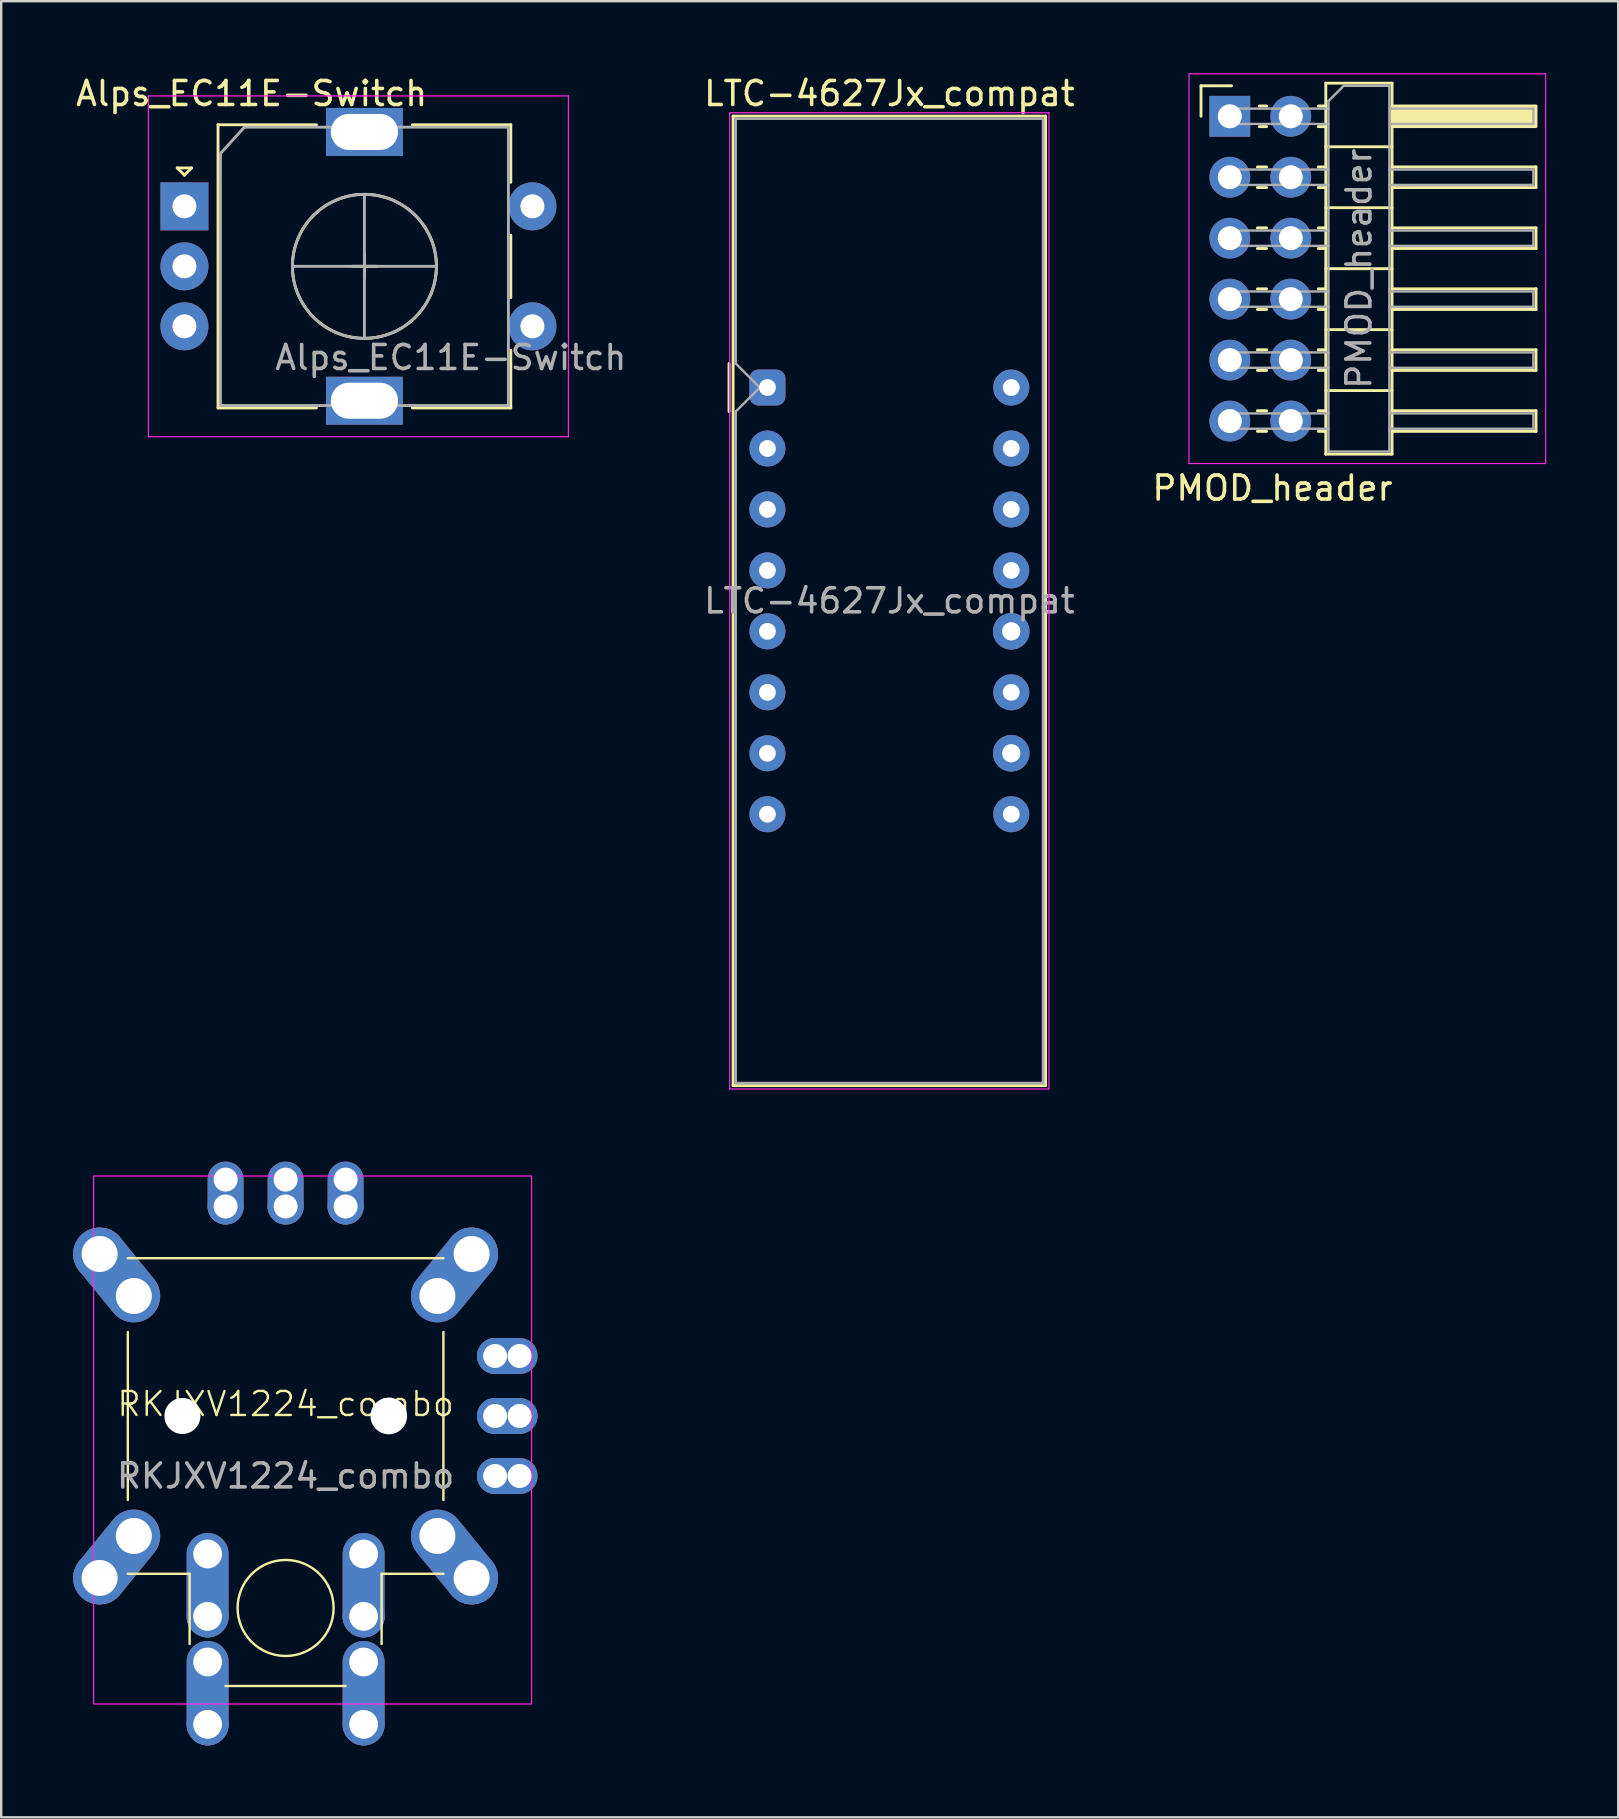
<source format=kicad_pcb>
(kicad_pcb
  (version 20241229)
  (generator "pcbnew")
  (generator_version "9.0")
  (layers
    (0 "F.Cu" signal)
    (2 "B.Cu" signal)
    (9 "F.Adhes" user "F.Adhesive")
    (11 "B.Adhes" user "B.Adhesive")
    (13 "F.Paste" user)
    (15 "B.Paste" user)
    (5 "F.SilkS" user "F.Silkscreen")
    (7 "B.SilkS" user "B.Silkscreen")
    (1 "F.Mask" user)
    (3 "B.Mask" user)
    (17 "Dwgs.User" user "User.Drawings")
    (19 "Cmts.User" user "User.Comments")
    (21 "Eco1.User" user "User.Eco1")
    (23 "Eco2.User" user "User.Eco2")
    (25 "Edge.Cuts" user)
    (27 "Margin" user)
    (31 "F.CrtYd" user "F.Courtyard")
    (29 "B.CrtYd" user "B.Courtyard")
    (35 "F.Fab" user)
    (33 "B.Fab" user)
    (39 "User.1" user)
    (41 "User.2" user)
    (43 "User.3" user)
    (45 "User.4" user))
  (footprint "RKJXV1224_combo"
    (layer "F.Cu")
    (at 8.851 55.953)
    (property "Reference" "RKJXV1224_combo" (at 0 -0.5 0) (unlocked yes) (layer "F.SilkS") (effects (font (size 1 1) (thickness 0.1))))
    (attr through_hole)
    (fp_line (start -6.575 -6.575) (end 6.575 -6.575) (stroke (width 0.1) (type default)) (layer "F.SilkS"))
    (fp_line (start -6.575 -3.5) (end -6.575 3.5) (stroke (width 0.1) (type default)) (layer "F.SilkS"))
    (fp_line (start -6.575 6.575) (end -4 6.575) (stroke (width 0.1) (type default)) (layer "F.SilkS"))
    (fp_line (start -4 6.575) (end -4 9.5) (stroke (width 0.1) (type default)) (layer "F.SilkS"))
    (fp_line (start -2.5 11.25) (end 2.5 11.25) (stroke (width 0.1) (type default)) (layer "F.SilkS"))
    (fp_line (start 4 6.575) (end 4 9.5) (stroke (width 0.1) (type default)) (layer "F.SilkS"))
    (fp_line (start 4 6.575) (end 6.575 6.575) (stroke (width 0.1) (type default)) (layer "F.SilkS"))
    (fp_line (start 6.575 -3.5) (end 6.575 3.5) (stroke (width 0.1) (type default)) (layer "F.SilkS"))
    (fp_circle (center 0 8) (end -2 8) (stroke (width 0.1) (type default)) (fill no) (layer "F.SilkS"))
    (fp_rect (start -8 -10) (end 10.25 12) (stroke (width 0.05) (type default)) (fill no) (layer "F.CrtYd"))
    (fp_text user "${REFERENCE}" (at 0 2.5 0) (unlocked yes) (layer "F.Fab") (effects (font (size 1 1) (thickness 0.15))))
    (pad "" np_thru_hole circle (at -4.3 0) (size 1.5 1.5) (drill 1.6) (layers "*.Cu" "*.Mask"))
    (pad "" np_thru_hole circle (at 4.3 0) (size 1.524 1.524) (drill 1.6) (layers "*.Cu" "*.Mask"))
    (pad "1" thru_hole oval (at 2.5 -9.85) (size 1.5 2.62) (drill 1 (offset 0 0.56)) (layers "*.Cu" "*.Mask"))
    (pad "1" thru_hole circle (at 2.5 -8.73) (size 1.5 1.5) (drill 1) (layers "*.Cu" "*.Mask"))
    (pad "2" thru_hole oval (at 0 -9.85) (size 1.5 2.62) (drill 1 (offset 0 0.56)) (layers "*.Cu" "*.Mask"))
    (pad "2" thru_hole circle (at 0 -8.73) (size 1.5 1.5) (drill 1) (layers "*.Cu" "*.Mask"))
    (pad "3" thru_hole oval (at -2.5 -9.85) (size 1.5 2.62) (drill 1 (offset 0 0.56)) (layers "*.Cu" "*.Mask"))
    (pad "3" thru_hole circle (at -2.5 -8.73) (size 1.5 1.5) (drill 1) (layers "*.Cu" "*.Mask"))
    (pad "4" thru_hole circle (at 8.73 2.5) (size 1.5 1.5) (drill 1) (layers "*.Cu" "*.Mask"))
    (pad "4" thru_hole oval (at 9.75 2.5) (size 2.52 1.5) (drill 1 (offset -0.51 0)) (layers "*.Cu" "*.Mask"))
    (pad "5" thru_hole circle (at 8.73 0) (size 1.5 1.5) (drill 1) (layers "*.Cu" "*.Mask"))
    (pad "5" thru_hole oval (at 9.75 0) (size 2.52 1.5) (drill 1 (offset -0.51 0)) (layers "*.Cu" "*.Mask"))
    (pad "6" thru_hole circle (at 8.73 -2.5) (size 1.5 1.5) (drill 1) (layers "*.Cu" "*.Mask"))
    (pad "6" thru_hole oval (at 9.75 -2.5) (size 2.52 1.5) (drill 1 (offset -0.51 0)) (layers "*.Cu" "*.Mask"))
    (pad "7" thru_hole oval (at -3.25 5.75) (size 1.75 4.35) (drill 1.2 (offset 0 1.3)) (layers "*.Cu" "*.Mask"))
    (pad "7" thru_hole circle (at -3.25 8.35) (size 1.75 1.75) (drill 1.2) (layers "*.Cu" "*.Mask"))
    (pad "8" thru_hole oval (at 3.25 5.75) (size 1.75 4.35) (drill 1.2 (offset 0 1.3)) (layers "*.Cu" "*.Mask"))
    (pad "8" thru_hole circle (at 3.25 8.35) (size 1.75 1.75) (drill 1.2) (layers "*.Cu" "*.Mask"))
    (pad "9" thru_hole oval (at -3.25 10.25) (size 1.75 4.35) (drill 1.2 (offset 0 1.3)) (layers "*.Cu" "*.Mask"))
    (pad "9" thru_hole circle (at -3.25 12.85) (size 1.75 1.75) (drill 1.2) (layers "*.Cu" "*.Mask"))
    (pad "10" thru_hole oval (at 3.25 10.25) (size 1.75 4.35) (drill 1.2 (offset 0 1.3)) (layers "*.Cu" "*.Mask"))
    (pad "10" thru_hole circle (at 3.25 12.85) (size 1.75 1.75) (drill 1.2) (layers "*.Cu" "*.Mask"))
    (pad "11" thru_hole circle (at -7.75 -6.75) (size 2.2 2.2) (drill 1.5) (layers "*.Cu" "*.Mask"))
    (pad "11" thru_hole oval (at -6.325 -5 309.2) (size 4.457 2.2) (drill 1.5 (offset -1.129 0)) (layers "*.Cu" "*.Mask"))
    (pad "12" thru_hole oval (at 6.325 -5 50.8) (size 4.457 2.2) (drill 1.5 (offset 1.129 0)) (layers "*.Cu" "*.Mask"))
    (pad "12" thru_hole circle (at 7.75 -6.75) (size 2.2 2.2) (drill 1.5) (layers "*.Cu" "*.Mask"))
    (pad "13" thru_hole circle (at -7.75 6.75) (size 2.2 2.2) (drill 1.5) (layers "*.Cu" "*.Mask"))
    (pad "13" thru_hole oval (at -6.325 5 50.8) (size 4.457 2.2) (drill 1.5 (offset -1.129 0)) (layers "*.Cu" "*.Mask"))
    (pad "14" thru_hole oval (at 6.325 5 309.2) (size 4.457 2.2) (drill 1.5 (offset 1.129 0)) (layers "*.Cu" "*.Mask"))
    (pad "14" thru_hole circle (at 7.75 6.75) (size 2.2 2.2) (drill 1.5) (layers "*.Cu" "*.Mask")))
  (footprint "LTC-4627Jx_compat"
    (layer "F.Cu")
    (at 28.928 13.098)
    (property "Reference" "LTC-4627Jx_compat" (at 5.08 -12.25 0) (layer "F.SilkS") (effects (font (size 1 1) (thickness 0.15))))
    (attr through_hole)
    (fp_line (start -1.6 -1) (end -1.6 1) (stroke (width 0.12) (type solid)) (layer "F.SilkS"))
    (fp_line (start -1.43 -11.31) (end -1.43 29.09) (stroke (width 0.12) (type solid)) (layer "F.SilkS"))
    (fp_line (start -1.43 -11.31) (end 11.59 -11.31) (stroke (width 0.12) (type solid)) (layer "F.SilkS"))
    (fp_line (start -1.43 29.09) (end 11.59 29.09) (stroke (width 0.12) (type solid)) (layer "F.SilkS"))
    (fp_line (start 11.59 -11.31) (end 11.59 29.09) (stroke (width 0.12) (type solid)) (layer "F.SilkS"))
    (fp_line (start -1.57 -11.45) (end -1.57 29.23) (stroke (width 0.05) (type solid)) (layer "F.CrtYd"))
    (fp_line (start -1.57 -11.45) (end 11.73 -11.45) (stroke (width 0.05) (type solid)) (layer "F.CrtYd"))
    (fp_line (start -1.57 29.23) (end 11.73 29.23) (stroke (width 0.05) (type solid)) (layer "F.CrtYd"))
    (fp_line (start 11.73 -11.45) (end 11.73 29.23) (stroke (width 0.05) (type solid)) (layer "F.CrtYd"))
    (fp_line (start -1.32 -11.2) (end -1.32 -1) (stroke (width 0.1) (type solid)) (layer "F.Fab"))
    (fp_line (start -1.32 -11.2) (end 11.48 -11.2) (stroke (width 0.1) (type solid)) (layer "F.Fab"))
    (fp_line (start -1.32 -1) (end -0.32 0) (stroke (width 0.1) (type solid)) (layer "F.Fab"))
    (fp_line (start -1.32 1) (end -1.32 28.98) (stroke (width 0.1) (type solid)) (layer "F.Fab"))
    (fp_line (start -1.32 28.98) (end 11.48 28.98) (stroke (width 0.1) (type solid)) (layer "F.Fab"))
    (fp_line (start -0.32 0) (end -1.32 1) (stroke (width 0.1) (type solid)) (layer "F.Fab"))
    (fp_line (start 11.48 -11.2) (end 11.48 28.98) (stroke (width 0.1) (type solid)) (layer "F.Fab"))
    (fp_text user "${REFERENCE}" (at 5.08 8.89 0) (layer "F.Fab") (effects (font (size 1 1) (thickness 0.15))))
    (pad "1" thru_hole roundrect (at 0 0) (size 1.5 1.5) (drill 0.7) (layers "*.Cu" "*.Mask") (roundrect_rratio 0.25))
    (pad "2" thru_hole circle (at 0 2.54) (size 1.5 1.5) (drill 0.7) (layers "*.Cu" "*.Mask"))
    (pad "3" thru_hole circle (at 0 5.08) (size 1.5 1.5) (drill 0.7) (layers "*.Cu" "*.Mask"))
    (pad "4" thru_hole circle (at 0 7.62) (size 1.5 1.5) (drill 0.7) (layers "*.Cu" "*.Mask"))
    (pad "4" thru_hole circle (at 10.16 15.24) (size 1.524 1.524) (drill 0.762) (layers "*.Cu" "*.Mask"))
    (pad "5" thru_hole circle (at 0 10.16) (size 1.5 1.5) (drill 0.7) (layers "*.Cu" "*.Mask"))
    (pad "6" thru_hole circle (at 0 12.7) (size 1.5 1.5) (drill 0.7) (layers "*.Cu" "*.Mask"))
    (pad "7" thru_hole circle (at 0 15.24) (size 1.5 1.5) (drill 0.7) (layers "*.Cu" "*.Mask"))
    (pad "8" thru_hole circle (at 0 17.78) (size 1.5 1.5) (drill 0.7) (layers "*.Cu" "*.Mask"))
    (pad "11" thru_hole circle (at 10.16 12.7) (size 1.5 1.5) (drill 0.7) (layers "*.Cu" "*.Mask"))
    (pad "13" thru_hole circle (at 10.16 7.62) (size 1.5 1.5) (drill 0.7) (layers "*.Cu" "*.Mask"))
    (pad "13" thru_hole circle (at 10.16 17.78) (size 1.5 1.5) (drill 0.7) (layers "*.Cu" "*.Mask"))
    (pad "14" thru_hole circle (at 10.16 5.08) (size 1.5 1.5) (drill 0.7) (layers "*.Cu" "*.Mask"))
    (pad "14" thru_hole circle (at 10.16 10.16) (size 1.524 1.524) (drill 0.762) (layers "*.Cu" "*.Mask"))
    (pad "15" thru_hole circle (at 10.16 2.54) (size 1.5 1.5) (drill 0.7) (layers "*.Cu" "*.Mask"))
    (pad "16" thru_hole circle (at 10.16 0) (size 1.5 1.5) (drill 0.7) (layers "*.Cu" "*.Mask")))
  (footprint "PMOD_header"
    (layer "F.Cu")
    (at 48.195 1.795)
    (property "Reference" "PMOD_header" (at 1.778 15.494 0) (layer "F.SilkS") (effects (font (size 1 1) (thickness 0.15))))
    (attr through_hole)
    (fp_line (start -1.2 -1.27) (end 0.07 -1.27) (stroke (width 0.12) (type solid)) (layer "F.SilkS"))
    (fp_line (start -1.2 0) (end -1.2 -1.27) (stroke (width 0.12) (type solid)) (layer "F.SilkS"))
    (fp_line (start 1.147 2.11) (end 1.533 2.11) (stroke (width 0.12) (type solid)) (layer "F.SilkS"))
    (fp_line (start 1.147 2.97) (end 1.533 2.97) (stroke (width 0.12) (type solid)) (layer "F.SilkS"))
    (fp_line (start 1.147 4.65) (end 1.533 4.65) (stroke (width 0.12) (type solid)) (layer "F.SilkS"))
    (fp_line (start 1.147 5.51) (end 1.533 5.51) (stroke (width 0.12) (type solid)) (layer "F.SilkS"))
    (fp_line (start 1.147 7.19) (end 1.533 7.19) (stroke (width 0.12) (type solid)) (layer "F.SilkS"))
    (fp_line (start 1.147 8.05) (end 1.533 8.05) (stroke (width 0.12) (type solid)) (layer "F.SilkS"))
    (fp_line (start 1.147 9.73) (end 1.533 9.73) (stroke (width 0.12) (type solid)) (layer "F.SilkS"))
    (fp_line (start 1.147 10.59) (end 1.533 10.59) (stroke (width 0.12) (type solid)) (layer "F.SilkS"))
    (fp_line (start 1.147 12.27) (end 1.533 12.27) (stroke (width 0.12) (type solid)) (layer "F.SilkS"))
    (fp_line (start 1.147 13.13) (end 1.533 13.13) (stroke (width 0.12) (type solid)) (layer "F.SilkS"))
    (fp_line (start 1.23 -0.43) (end 1.533 -0.43) (stroke (width 0.12) (type solid)) (layer "F.SilkS"))
    (fp_line (start 1.23 0.43) (end 1.533 0.43) (stroke (width 0.12) (type solid)) (layer "F.SilkS"))
    (fp_line (start 3.687 -0.43) (end 4 -0.43) (stroke (width 0.12) (type solid)) (layer "F.SilkS"))
    (fp_line (start 3.687 0.43) (end 4 0.43) (stroke (width 0.12) (type solid)) (layer "F.SilkS"))
    (fp_line (start 3.687 2.11) (end 4 2.11) (stroke (width 0.12) (type solid)) (layer "F.SilkS"))
    (fp_line (start 3.687 2.97) (end 4 2.97) (stroke (width 0.12) (type solid)) (layer "F.SilkS"))
    (fp_line (start 3.687 4.65) (end 4 4.65) (stroke (width 0.12) (type solid)) (layer "F.SilkS"))
    (fp_line (start 3.687 5.51) (end 4 5.51) (stroke (width 0.12) (type solid)) (layer "F.SilkS"))
    (fp_line (start 3.687 7.19) (end 4 7.19) (stroke (width 0.12) (type solid)) (layer "F.SilkS"))
    (fp_line (start 3.687 8.05) (end 4 8.05) (stroke (width 0.12) (type solid)) (layer "F.SilkS"))
    (fp_line (start 3.687 9.73) (end 4 9.73) (stroke (width 0.12) (type solid)) (layer "F.SilkS"))
    (fp_line (start 3.687 10.59) (end 4 10.59) (stroke (width 0.12) (type solid)) (layer "F.SilkS"))
    (fp_line (start 3.687 12.27) (end 4 12.27) (stroke (width 0.12) (type solid)) (layer "F.SilkS"))
    (fp_line (start 3.687 13.13) (end 4 13.13) (stroke (width 0.12) (type solid)) (layer "F.SilkS"))
    (fp_line (start 4 -1.38) (end 4 14.08) (stroke (width 0.12) (type solid)) (layer "F.SilkS"))
    (fp_line (start 4 1.27) (end 6.76 1.27) (stroke (width 0.12) (type solid)) (layer "F.SilkS"))
    (fp_line (start 4 3.81) (end 6.76 3.81) (stroke (width 0.12) (type solid)) (layer "F.SilkS"))
    (fp_line (start 4 6.35) (end 6.76 6.35) (stroke (width 0.12) (type solid)) (layer "F.SilkS"))
    (fp_line (start 4 8.89) (end 6.76 8.89) (stroke (width 0.12) (type solid)) (layer "F.SilkS"))
    (fp_line (start 4 11.43) (end 6.76 11.43) (stroke (width 0.12) (type solid)) (layer "F.SilkS"))
    (fp_line (start 4 14.08) (end 6.76 14.08) (stroke (width 0.12) (type solid)) (layer "F.SilkS"))
    (fp_line (start 6.76 -1.38) (end 4 -1.38) (stroke (width 0.12) (type solid)) (layer "F.SilkS"))
    (fp_line (start 6.76 2.11) (end 12.76 2.11) (stroke (width 0.12) (type solid)) (layer "F.SilkS"))
    (fp_line (start 6.76 4.65) (end 12.76 4.65) (stroke (width 0.12) (type solid)) (layer "F.SilkS"))
    (fp_line (start 6.76 7.19) (end 12.76 7.19) (stroke (width 0.12) (type solid)) (layer "F.SilkS"))
    (fp_line (start 6.76 9.73) (end 12.76 9.73) (stroke (width 0.12) (type solid)) (layer "F.SilkS"))
    (fp_line (start 6.76 12.27) (end 12.76 12.27) (stroke (width 0.12) (type solid)) (layer "F.SilkS"))
    (fp_line (start 6.76 14.08) (end 6.76 -1.38) (stroke (width 0.12) (type solid)) (layer "F.SilkS"))
    (fp_line (start 12.76 2.11) (end 12.76 2.97) (stroke (width 0.12) (type solid)) (layer "F.SilkS"))
    (fp_line (start 12.76 2.97) (end 6.76 2.97) (stroke (width 0.12) (type solid)) (layer "F.SilkS"))
    (fp_line (start 12.76 4.65) (end 12.76 5.51) (stroke (width 0.12) (type solid)) (layer "F.SilkS"))
    (fp_line (start 12.76 5.51) (end 6.76 5.51) (stroke (width 0.12) (type solid)) (layer "F.SilkS"))
    (fp_line (start 12.76 7.19) (end 12.76 8.05) (stroke (width 0.12) (type solid)) (layer "F.SilkS"))
    (fp_line (start 12.76 8.05) (end 6.76 8.05) (stroke (width 0.12) (type solid)) (layer "F.SilkS"))
    (fp_line (start 12.76 9.73) (end 12.76 10.59) (stroke (width 0.12) (type solid)) (layer "F.SilkS"))
    (fp_line (start 12.76 10.59) (end 6.76 10.59) (stroke (width 0.12) (type solid)) (layer "F.SilkS"))
    (fp_line (start 12.76 12.27) (end 12.76 13.13) (stroke (width 0.12) (type solid)) (layer "F.SilkS"))
    (fp_line (start 12.76 13.13) (end 6.76 13.13) (stroke (width 0.12) (type solid)) (layer "F.SilkS"))
    (fp_rect (start 6.76 -0.43) (end 12.76 0.43) (stroke (width 0.12) (type solid)) (fill yes) (layer "F.SilkS"))
    (fp_line (start -1.7 -1.77) (end -1.7 14.47) (stroke (width 0.05) (type solid)) (layer "F.CrtYd"))
    (fp_line (start -1.7 14.47) (end 13.16 14.47) (stroke (width 0.05) (type solid)) (layer "F.CrtYd"))
    (fp_line (start 13.16 -1.77) (end -1.7 -1.77) (stroke (width 0.05) (type solid)) (layer "F.CrtYd"))
    (fp_line (start 13.16 14.47) (end 13.16 -1.77) (stroke (width 0.05) (type solid)) (layer "F.CrtYd"))
    (fp_line (start -0.25 -0.32) (end -0.25 0.32) (stroke (width 0.1) (type solid)) (layer "F.Fab"))
    (fp_line (start -0.25 -0.32) (end 4.11 -0.32) (stroke (width 0.1) (type solid)) (layer "F.Fab"))
    (fp_line (start -0.25 0.32) (end 4.11 0.32) (stroke (width 0.1) (type solid)) (layer "F.Fab"))
    (fp_line (start -0.25 2.22) (end -0.25 2.86) (stroke (width 0.1) (type solid)) (layer "F.Fab"))
    (fp_line (start -0.25 2.22) (end 4.11 2.22) (stroke (width 0.1) (type solid)) (layer "F.Fab"))
    (fp_line (start -0.25 2.86) (end 4.11 2.86) (stroke (width 0.1) (type solid)) (layer "F.Fab"))
    (fp_line (start -0.25 4.76) (end -0.25 5.4) (stroke (width 0.1) (type solid)) (layer "F.Fab"))
    (fp_line (start -0.25 4.76) (end 4.11 4.76) (stroke (width 0.1) (type solid)) (layer "F.Fab"))
    (fp_line (start -0.25 5.4) (end 4.11 5.4) (stroke (width 0.1) (type solid)) (layer "F.Fab"))
    (fp_line (start -0.25 7.3) (end -0.25 7.94) (stroke (width 0.1) (type solid)) (layer "F.Fab"))
    (fp_line (start -0.25 7.3) (end 4.11 7.3) (stroke (width 0.1) (type solid)) (layer "F.Fab"))
    (fp_line (start -0.25 7.94) (end 4.11 7.94) (stroke (width 0.1) (type solid)) (layer "F.Fab"))
    (fp_line (start -0.25 9.84) (end -0.25 10.48) (stroke (width 0.1) (type solid)) (layer "F.Fab"))
    (fp_line (start -0.25 9.84) (end 4.11 9.84) (stroke (width 0.1) (type solid)) (layer "F.Fab"))
    (fp_line (start -0.25 10.48) (end 4.11 10.48) (stroke (width 0.1) (type solid)) (layer "F.Fab"))
    (fp_line (start -0.25 12.38) (end -0.25 13.02) (stroke (width 0.1) (type solid)) (layer "F.Fab"))
    (fp_line (start -0.25 12.38) (end 4.11 12.38) (stroke (width 0.1) (type solid)) (layer "F.Fab"))
    (fp_line (start -0.25 13.02) (end 4.11 13.02) (stroke (width 0.1) (type solid)) (layer "F.Fab"))
    (fp_line (start 0 0.3) (end 0 -0.3) (stroke (width 0.1) (type solid)) (layer "F.Fab"))
    (fp_line (start 0 2.84) (end 0 2.24) (stroke (width 0.1) (type solid)) (layer "F.Fab"))
    (fp_line (start 0 5.38) (end 0 4.78) (stroke (width 0.1) (type solid)) (layer "F.Fab"))
    (fp_line (start 0 7.92) (end 0 7.32) (stroke (width 0.1) (type solid)) (layer "F.Fab"))
    (fp_line (start 0 10.46) (end 0 9.86) (stroke (width 0.1) (type solid)) (layer "F.Fab"))
    (fp_line (start 0 13) (end 0 12.4) (stroke (width 0.1) (type solid)) (layer "F.Fab"))
    (fp_line (start 4.11 -0.635) (end 4.745 -1.27) (stroke (width 0.1) (type solid)) (layer "F.Fab"))
    (fp_line (start 4.11 13.97) (end 4.11 -0.635) (stroke (width 0.1) (type solid)) (layer "F.Fab"))
    (fp_line (start 4.745 -1.27) (end 6.65 -1.27) (stroke (width 0.1) (type solid)) (layer "F.Fab"))
    (fp_line (start 6.65 -1.27) (end 6.65 13.97) (stroke (width 0.1) (type solid)) (layer "F.Fab"))
    (fp_line (start 6.65 -0.32) (end 12.65 -0.32) (stroke (width 0.1) (type solid)) (layer "F.Fab"))
    (fp_line (start 6.65 0.32) (end 12.65 0.32) (stroke (width 0.1) (type solid)) (layer "F.Fab"))
    (fp_line (start 6.65 2.22) (end 12.65 2.22) (stroke (width 0.1) (type solid)) (layer "F.Fab"))
    (fp_line (start 6.65 2.86) (end 12.65 2.86) (stroke (width 0.1) (type solid)) (layer "F.Fab"))
    (fp_line (start 6.65 4.76) (end 12.65 4.76) (stroke (width 0.1) (type solid)) (layer "F.Fab"))
    (fp_line (start 6.65 5.4) (end 12.65 5.4) (stroke (width 0.1) (type solid)) (layer "F.Fab"))
    (fp_line (start 6.65 7.3) (end 12.65 7.3) (stroke (width 0.1) (type solid)) (layer "F.Fab"))
    (fp_line (start 6.65 7.94) (end 12.65 7.94) (stroke (width 0.1) (type solid)) (layer "F.Fab"))
    (fp_line (start 6.65 9.84) (end 12.65 9.84) (stroke (width 0.1) (type solid)) (layer "F.Fab"))
    (fp_line (start 6.65 10.48) (end 12.65 10.48) (stroke (width 0.1) (type solid)) (layer "F.Fab"))
    (fp_line (start 6.65 12.38) (end 12.65 12.38) (stroke (width 0.1) (type solid)) (layer "F.Fab"))
    (fp_line (start 6.65 13.02) (end 12.65 13.02) (stroke (width 0.1) (type solid)) (layer "F.Fab"))
    (fp_line (start 6.65 13.97) (end 4.11 13.97) (stroke (width 0.1) (type solid)) (layer "F.Fab"))
    (fp_line (start 12.65 -0.32) (end 12.65 0.32) (stroke (width 0.1) (type solid)) (layer "F.Fab"))
    (fp_line (start 12.65 2.22) (end 12.65 2.86) (stroke (width 0.1) (type solid)) (layer "F.Fab"))
    (fp_line (start 12.65 4.76) (end 12.65 5.4) (stroke (width 0.1) (type solid)) (layer "F.Fab"))
    (fp_line (start 12.65 7.3) (end 12.65 7.94) (stroke (width 0.1) (type solid)) (layer "F.Fab"))
    (fp_line (start 12.65 9.84) (end 12.65 10.48) (stroke (width 0.1) (type solid)) (layer "F.Fab"))
    (fp_line (start 12.65 12.38) (end 12.65 13.02) (stroke (width 0.1) (type solid)) (layer "F.Fab"))
    (fp_text user "${REFERENCE}" (at 5.38 6.35 90) (layer "F.Fab") (effects (font (size 1 1) (thickness 0.15))))
    (pad "1" thru_hole rect (at 0 0) (size 1.7 1.7) (drill 1) (layers "*.Cu" "*.Mask"))
    (pad "2" thru_hole oval (at 0 2.54) (size 1.7 1.7) (drill 1) (layers "*.Cu" "*.Mask"))
    (pad "3" thru_hole oval (at 0 5.08) (size 1.7 1.7) (drill 1) (layers "*.Cu" "*.Mask"))
    (pad "4" thru_hole oval (at 0 7.62) (size 1.7 1.7) (drill 1) (layers "*.Cu" "*.Mask"))
    (pad "5" thru_hole oval (at 0 10.16) (size 1.7 1.7) (drill 1) (layers "*.Cu" "*.Mask"))
    (pad "6" thru_hole oval (at 0 12.7) (size 1.7 1.7) (drill 1) (layers "*.Cu" "*.Mask"))
    (pad "7" thru_hole oval (at 2.54 0) (size 1.7 1.7) (drill 1) (layers "*.Cu" "*.Mask"))
    (pad "8" thru_hole oval (at 2.54 2.54) (size 1.7 1.7) (drill 1) (layers "*.Cu" "*.Mask"))
    (pad "9" thru_hole oval (at 2.54 5.08) (size 1.7 1.7) (drill 1) (layers "*.Cu" "*.Mask"))
    (pad "10" thru_hole oval (at 2.54 7.62) (size 1.7 1.7) (drill 1) (layers "*.Cu" "*.Mask"))
    (pad "11" thru_hole oval (at 2.54 10.16) (size 1.7 1.7) (drill 1) (layers "*.Cu" "*.Mask"))
    (pad "12" thru_hole oval (at 2.54 12.7) (size 1.7 1.7) (drill 1) (layers "*.Cu" "*.Mask")))
  (footprint "Alps_EC11E-Switch"
    (layer "F.Cu")
    (at 4.635 5.548)
    (property "Reference" "Alps_EC11E-Switch" (at 2.8 -4.7 0) (layer "F.SilkS") (effects (font (size 1 1) (thickness 0.15))))
    (attr through_hole)
    (fp_line (start -0.3 -1.6) (end 0.3 -1.6) (stroke (width 0.12) (type solid)) (layer "F.SilkS"))
    (fp_line (start 0 -1.3) (end -0.3 -1.6) (stroke (width 0.12) (type solid)) (layer "F.SilkS"))
    (fp_line (start 0.3 -1.6) (end 0 -1.3) (stroke (width 0.12) (type solid)) (layer "F.SilkS"))
    (fp_line (start 1.4 -3.4) (end 1.4 8.4) (stroke (width 0.12) (type solid)) (layer "F.SilkS"))
    (fp_line (start 5.5 -3.4) (end 1.4 -3.4) (stroke (width 0.12) (type solid)) (layer "F.SilkS"))
    (fp_line (start 5.5 8.4) (end 1.4 8.4) (stroke (width 0.12) (type solid)) (layer "F.SilkS"))
    (fp_line (start 7 2.5) (end 8 2.5) (stroke (width 0.12) (type solid)) (layer "F.SilkS"))
    (fp_line (start 7.5 2) (end 7.5 3) (stroke (width 0.12) (type solid)) (layer "F.SilkS"))
    (fp_line (start 9.5 -3.4) (end 13.6 -3.4) (stroke (width 0.12) (type solid)) (layer "F.SilkS"))
    (fp_line (start 13.6 -3.4) (end 13.6 -1) (stroke (width 0.12) (type solid)) (layer "F.SilkS"))
    (fp_line (start 13.6 1.2) (end 13.6 3.8) (stroke (width 0.12) (type solid)) (layer "F.SilkS"))
    (fp_line (start 13.6 6) (end 13.6 8.4) (stroke (width 0.12) (type solid)) (layer "F.SilkS"))
    (fp_line (start 13.6 8.4) (end 9.5 8.4) (stroke (width 0.12) (type solid)) (layer "F.SilkS"))
    (fp_circle (center 7.5 2.5) (end 10.5 2.5) (stroke (width 0.12) (type solid)) (fill no) (layer "F.SilkS"))
    (fp_line (start -1.5 -4.6) (end -1.5 9.6) (stroke (width 0.05) (type solid)) (layer "F.CrtYd"))
    (fp_line (start -1.5 -4.6) (end 16 -4.6) (stroke (width 0.05) (type solid)) (layer "F.CrtYd"))
    (fp_line (start 16 9.6) (end -1.5 9.6) (stroke (width 0.05) (type solid)) (layer "F.CrtYd"))
    (fp_line (start 16 9.6) (end 16 -4.6) (stroke (width 0.05) (type solid)) (layer "F.CrtYd"))
    (fp_line (start 1.5 -2.2) (end 2.5 -3.3) (stroke (width 0.12) (type solid)) (layer "F.Fab"))
    (fp_line (start 1.5 8.3) (end 1.5 -2.2) (stroke (width 0.12) (type solid)) (layer "F.Fab"))
    (fp_line (start 2.5 -3.3) (end 13.5 -3.3) (stroke (width 0.12) (type solid)) (layer "F.Fab"))
    (fp_line (start 4.5 2.5) (end 10.5 2.5) (stroke (width 0.12) (type solid)) (layer "F.Fab"))
    (fp_line (start 7.5 -0.5) (end 7.5 5.5) (stroke (width 0.12) (type solid)) (layer "F.Fab"))
    (fp_line (start 13.5 -3.3) (end 13.5 8.3) (stroke (width 0.12) (type solid)) (layer "F.Fab"))
    (fp_line (start 13.5 8.3) (end 1.5 8.3) (stroke (width 0.12) (type solid)) (layer "F.Fab"))
    (fp_circle (center 7.5 2.5) (end 10.5 2.5) (stroke (width 0.12) (type solid)) (fill no) (layer "F.Fab"))
    (fp_text user "${REFERENCE}" (at 11.1 6.3 0) (layer "F.Fab") (effects (font (size 1 1) (thickness 0.15))))
    (pad "A" thru_hole rect (at 0 0) (size 2 2) (drill 1) (layers "*.Cu" "*.Mask"))
    (pad "B" thru_hole circle (at 0 5) (size 2 2) (drill 1) (layers "*.Cu" "*.Mask"))
    (pad "C" thru_hole circle (at 0 2.5) (size 2 2) (drill 1) (layers "*.Cu" "*.Mask"))
    (pad "MP" thru_hole rect (at 7.5 -3.1) (size 3.2 2) (drill oval 2.8 1.5) (layers "*.Cu" "*.Mask"))
    (pad "MP" thru_hole rect (at 7.5 8.1) (size 3.2 2) (drill oval 2.8 1.5) (layers "*.Cu" "*.Mask"))
    (pad "S1" thru_hole circle (at 14.5 5) (size 2 2) (drill 1) (layers "*.Cu" "*.Mask"))
    (pad "S2" thru_hole circle (at 14.5 0) (size 2 2) (drill 1) (layers "*.Cu" "*.Mask")))
  (gr_rect
    (start -3 -3)
    (end 64.38 72.678)
    (stroke (width 0.1) (type default))
    (fill no)
    (layer "Edge.Cuts")))
</source>
